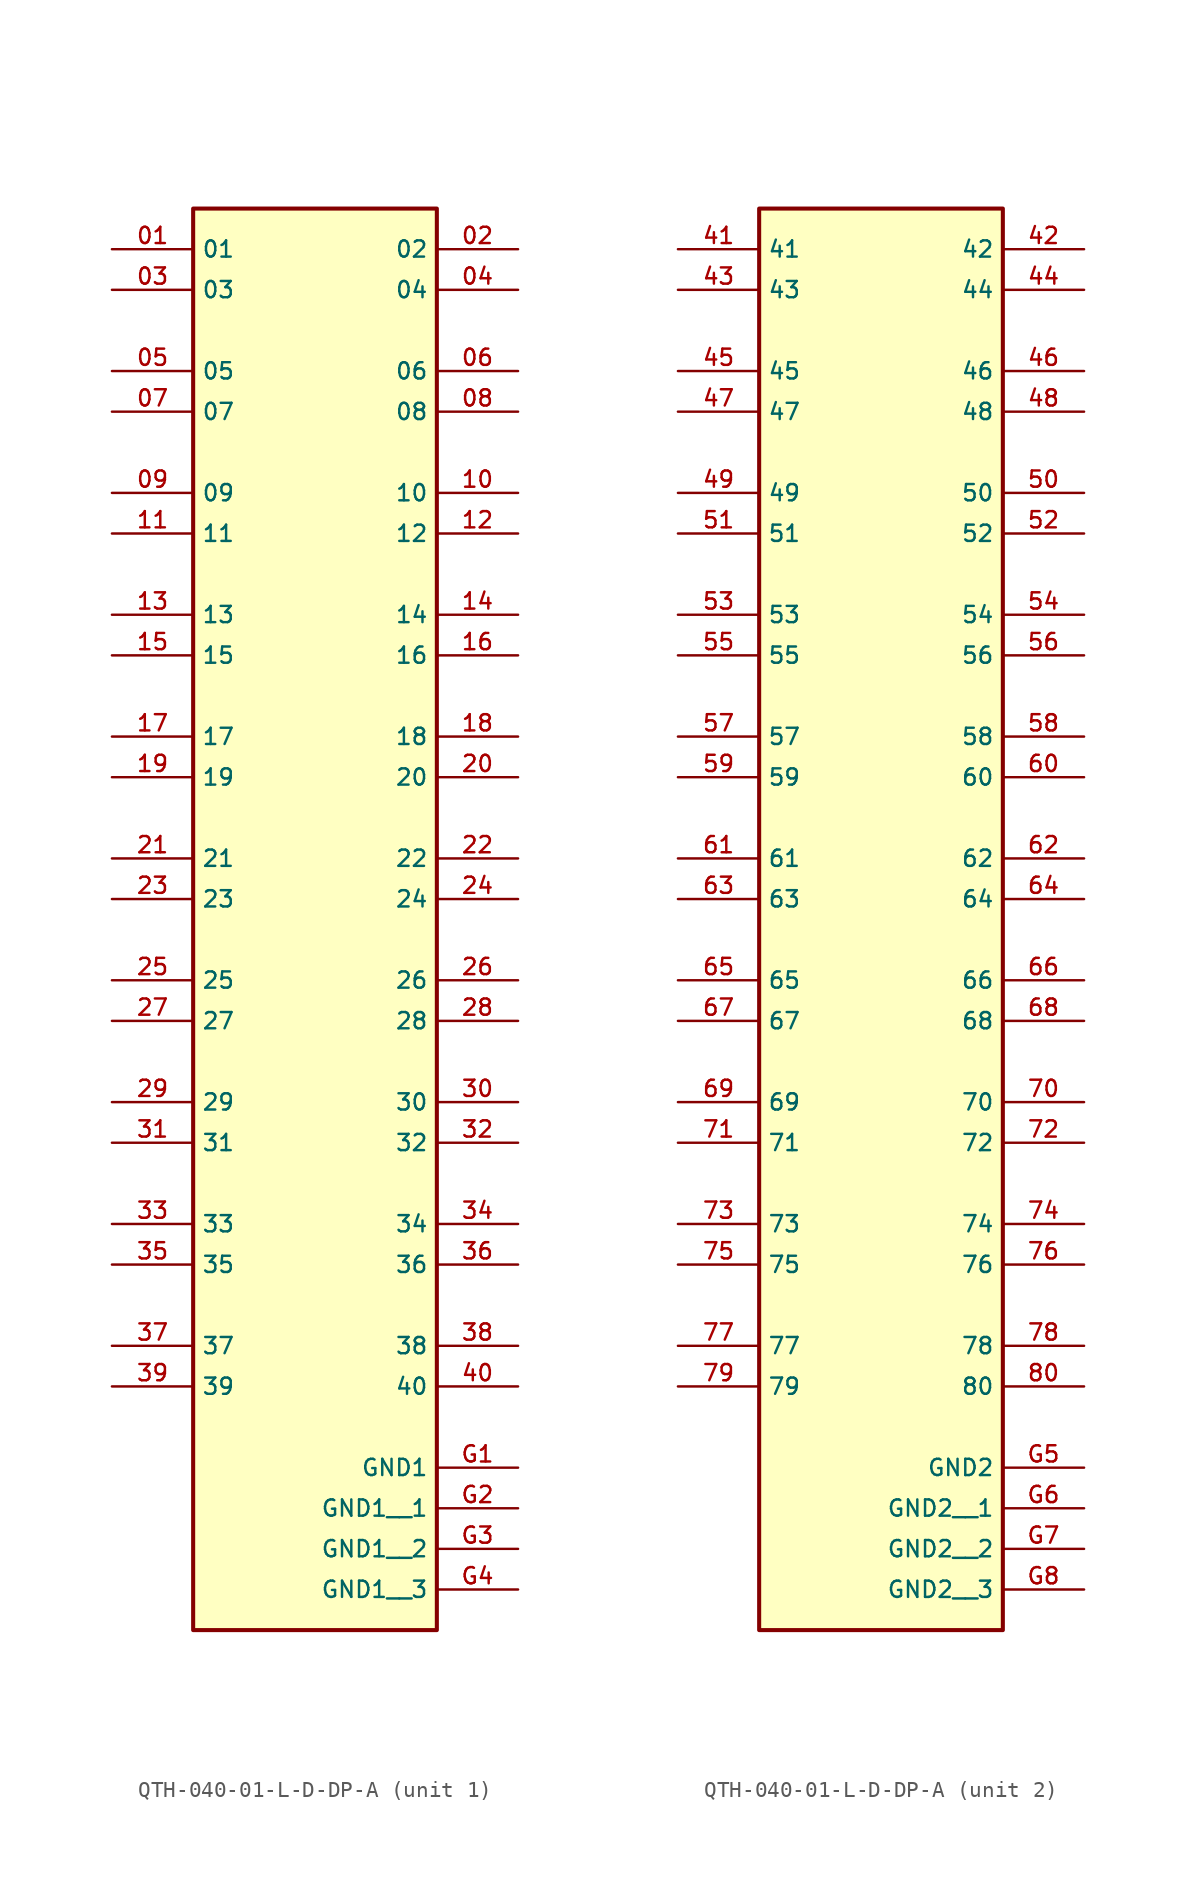
<source format=kicad_sym>
(kicad_symbol_lib
  (version 20241209)
  (generator "kicad_symbol_editor")
  (generator_version "9.0")
  (symbol "QTH-040-01-L-D-DP-A"
    (property "Reference" "J"
      (at -0.254 35.306 0)
      (effects (font (size 1.27 1.27)) (hide yes)))
    (property "Value" ""
      (at 0 0 0)
      (effects (font (size 1.27 1.27))))
    (property "ki_locked" ""
      (at 0 0 0)
      (effects (font (size 1.27 1.27))))
    (symbol "QTH-040-01-L-D-DP-A_1_0"
      (rectangle (start -7.62 -53.34) (end 7.62 35.56) (stroke (width 0.254) (type default)) (fill (type background)))
      (pin passive line (at -12.7 33.02 0) (length 5.08) (name "01" (effects (font (size 1.016 1.016)))) (number "01" (effects (font (size 1.016 1.016)))))
      (pin passive line (at -12.7 30.48 0) (length 5.08) (name "03" (effects (font (size 1.016 1.016)))) (number "03" (effects (font (size 1.016 1.016)))))
      (pin passive line (at -12.7 25.4 0) (length 5.08) (name "05" (effects (font (size 1.016 1.016)))) (number "05" (effects (font (size 1.016 1.016)))))
      (pin passive line (at -12.7 22.86 0) (length 5.08) (name "07" (effects (font (size 1.016 1.016)))) (number "07" (effects (font (size 1.016 1.016)))))
      (pin passive line (at -12.7 17.78 0) (length 5.08) (name "09" (effects (font (size 1.016 1.016)))) (number "09" (effects (font (size 1.016 1.016)))))
      (pin passive line (at -12.7 15.24 0) (length 5.08) (name "11" (effects (font (size 1.016 1.016)))) (number "11" (effects (font (size 1.016 1.016)))))
      (pin passive line (at -12.7 10.16 0) (length 5.08) (name "13" (effects (font (size 1.016 1.016)))) (number "13" (effects (font (size 1.016 1.016)))))
      (pin passive line (at -12.7 7.62 0) (length 5.08) (name "15" (effects (font (size 1.016 1.016)))) (number "15" (effects (font (size 1.016 1.016)))))
      (pin passive line (at -12.7 2.54 0) (length 5.08) (name "17" (effects (font (size 1.016 1.016)))) (number "17" (effects (font (size 1.016 1.016)))))
      (pin passive line (at -12.7 0 0) (length 5.08) (name "19" (effects (font (size 1.016 1.016)))) (number "19" (effects (font (size 1.016 1.016)))))
      (pin passive line (at -12.7 -5.08 0) (length 5.08) (name "21" (effects (font (size 1.016 1.016)))) (number "21" (effects (font (size 1.016 1.016)))))
      (pin passive line (at -12.7 -7.62 0) (length 5.08) (name "23" (effects (font (size 1.016 1.016)))) (number "23" (effects (font (size 1.016 1.016)))))
      (pin passive line (at -12.7 -12.7 0) (length 5.08) (name "25" (effects (font (size 1.016 1.016)))) (number "25" (effects (font (size 1.016 1.016)))))
      (pin passive line (at -12.7 -15.24 0) (length 5.08) (name "27" (effects (font (size 1.016 1.016)))) (number "27" (effects (font (size 1.016 1.016)))))
      (pin passive line (at -12.7 -20.32 0) (length 5.08) (name "29" (effects (font (size 1.016 1.016)))) (number "29" (effects (font (size 1.016 1.016)))))
      (pin passive line (at -12.7 -22.86 0) (length 5.08) (name "31" (effects (font (size 1.016 1.016)))) (number "31" (effects (font (size 1.016 1.016)))))
      (pin passive line (at -12.7 -27.94 0) (length 5.08) (name "33" (effects (font (size 1.016 1.016)))) (number "33" (effects (font (size 1.016 1.016)))))
      (pin passive line (at -12.7 -30.48 0) (length 5.08) (name "35" (effects (font (size 1.016 1.016)))) (number "35" (effects (font (size 1.016 1.016)))))
      (pin passive line (at -12.7 -35.56 0) (length 5.08) (name "37" (effects (font (size 1.016 1.016)))) (number "37" (effects (font (size 1.016 1.016)))))
      (pin passive line (at -12.7 -38.1 0) (length 5.08) (name "39" (effects (font (size 1.016 1.016)))) (number "39" (effects (font (size 1.016 1.016)))))
      (pin passive line (at 12.7 33.02 180) (length 5.08) (name "02" (effects (font (size 1.016 1.016)))) (number "02" (effects (font (size 1.016 1.016)))))
      (pin passive line (at 12.7 30.48 180) (length 5.08) (name "04" (effects (font (size 1.016 1.016)))) (number "04" (effects (font (size 1.016 1.016)))))
      (pin passive line (at 12.7 25.4 180) (length 5.08) (name "06" (effects (font (size 1.016 1.016)))) (number "06" (effects (font (size 1.016 1.016)))))
      (pin passive line (at 12.7 22.86 180) (length 5.08) (name "08" (effects (font (size 1.016 1.016)))) (number "08" (effects (font (size 1.016 1.016)))))
      (pin passive line (at 12.7 17.78 180) (length 5.08) (name "10" (effects (font (size 1.016 1.016)))) (number "10" (effects (font (size 1.016 1.016)))))
      (pin passive line (at 12.7 15.24 180) (length 5.08) (name "12" (effects (font (size 1.016 1.016)))) (number "12" (effects (font (size 1.016 1.016)))))
      (pin passive line (at 12.7 10.16 180) (length 5.08) (name "14" (effects (font (size 1.016 1.016)))) (number "14" (effects (font (size 1.016 1.016)))))
      (pin passive line (at 12.7 7.62 180) (length 5.08) (name "16" (effects (font (size 1.016 1.016)))) (number "16" (effects (font (size 1.016 1.016)))))
      (pin passive line (at 12.7 2.54 180) (length 5.08) (name "18" (effects (font (size 1.016 1.016)))) (number "18" (effects (font (size 1.016 1.016)))))
      (pin passive line (at 12.7 0 180) (length 5.08) (name "20" (effects (font (size 1.016 1.016)))) (number "20" (effects (font (size 1.016 1.016)))))
      (pin passive line (at 12.7 -5.08 180) (length 5.08) (name "22" (effects (font (size 1.016 1.016)))) (number "22" (effects (font (size 1.016 1.016)))))
      (pin passive line (at 12.7 -7.62 180) (length 5.08) (name "24" (effects (font (size 1.016 1.016)))) (number "24" (effects (font (size 1.016 1.016)))))
      (pin passive line (at 12.7 -12.7 180) (length 5.08) (name "26" (effects (font (size 1.016 1.016)))) (number "26" (effects (font (size 1.016 1.016)))))
      (pin passive line (at 12.7 -15.24 180) (length 5.08) (name "28" (effects (font (size 1.016 1.016)))) (number "28" (effects (font (size 1.016 1.016)))))
      (pin passive line (at 12.7 -20.32 180) (length 5.08) (name "30" (effects (font (size 1.016 1.016)))) (number "30" (effects (font (size 1.016 1.016)))))
      (pin passive line (at 12.7 -22.86 180) (length 5.08) (name "32" (effects (font (size 1.016 1.016)))) (number "32" (effects (font (size 1.016 1.016)))))
      (pin passive line (at 12.7 -27.94 180) (length 5.08) (name "34" (effects (font (size 1.016 1.016)))) (number "34" (effects (font (size 1.016 1.016)))))
      (pin passive line (at 12.7 -30.48 180) (length 5.08) (name "36" (effects (font (size 1.016 1.016)))) (number "36" (effects (font (size 1.016 1.016)))))
      (pin passive line (at 12.7 -35.56 180) (length 5.08) (name "38" (effects (font (size 1.016 1.016)))) (number "38" (effects (font (size 1.016 1.016)))))
      (pin passive line (at 12.7 -38.1 180) (length 5.08) (name "40" (effects (font (size 1.016 1.016)))) (number "40" (effects (font (size 1.016 1.016)))))
      (pin power_in line (at 12.7 -43.18 180) (length 5.08) (name "GND1" (effects (font (size 1.016 1.016)))) (number "G1" (effects (font (size 1.016 1.016)))))
      (pin power_in line (at 12.7 -45.72 180) (length 5.08) (name "GND1__1" (effects (font (size 1.016 1.016)))) (number "G2" (effects (font (size 1.016 1.016)))))
      (pin power_in line (at 12.7 -48.26 180) (length 5.08) (name "GND1__2" (effects (font (size 1.016 1.016)))) (number "G3" (effects (font (size 1.016 1.016)))))
      (pin power_in line (at 12.7 -50.8 180) (length 5.08) (name "GND1__3" (effects (font (size 1.016 1.016)))) (number "G4" (effects (font (size 1.016 1.016))))))
    (symbol "QTH-040-01-L-D-DP-A_2_0"
      (rectangle (start -7.62 -53.34) (end 7.62 35.56) (stroke (width 0.254) (type default)) (fill (type background)))
      (pin passive line (at -12.7 33.02 0) (length 5.08) (name "41" (effects (font (size 1.016 1.016)))) (number "41" (effects (font (size 1.016 1.016)))))
      (pin passive line (at -12.7 30.48 0) (length 5.08) (name "43" (effects (font (size 1.016 1.016)))) (number "43" (effects (font (size 1.016 1.016)))))
      (pin passive line (at -12.7 25.4 0) (length 5.08) (name "45" (effects (font (size 1.016 1.016)))) (number "45" (effects (font (size 1.016 1.016)))))
      (pin passive line (at -12.7 22.86 0) (length 5.08) (name "47" (effects (font (size 1.016 1.016)))) (number "47" (effects (font (size 1.016 1.016)))))
      (pin passive line (at -12.7 17.78 0) (length 5.08) (name "49" (effects (font (size 1.016 1.016)))) (number "49" (effects (font (size 1.016 1.016)))))
      (pin passive line (at -12.7 15.24 0) (length 5.08) (name "51" (effects (font (size 1.016 1.016)))) (number "51" (effects (font (size 1.016 1.016)))))
      (pin passive line (at -12.7 10.16 0) (length 5.08) (name "53" (effects (font (size 1.016 1.016)))) (number "53" (effects (font (size 1.016 1.016)))))
      (pin passive line (at -12.7 7.62 0) (length 5.08) (name "55" (effects (font (size 1.016 1.016)))) (number "55" (effects (font (size 1.016 1.016)))))
      (pin passive line (at -12.7 2.54 0) (length 5.08) (name "57" (effects (font (size 1.016 1.016)))) (number "57" (effects (font (size 1.016 1.016)))))
      (pin passive line (at -12.7 0 0) (length 5.08) (name "59" (effects (font (size 1.016 1.016)))) (number "59" (effects (font (size 1.016 1.016)))))
      (pin passive line (at -12.7 -5.08 0) (length 5.08) (name "61" (effects (font (size 1.016 1.016)))) (number "61" (effects (font (size 1.016 1.016)))))
      (pin passive line (at -12.7 -7.62 0) (length 5.08) (name "63" (effects (font (size 1.016 1.016)))) (number "63" (effects (font (size 1.016 1.016)))))
      (pin passive line (at -12.7 -12.7 0) (length 5.08) (name "65" (effects (font (size 1.016 1.016)))) (number "65" (effects (font (size 1.016 1.016)))))
      (pin passive line (at -12.7 -15.24 0) (length 5.08) (name "67" (effects (font (size 1.016 1.016)))) (number "67" (effects (font (size 1.016 1.016)))))
      (pin passive line (at -12.7 -20.32 0) (length 5.08) (name "69" (effects (font (size 1.016 1.016)))) (number "69" (effects (font (size 1.016 1.016)))))
      (pin passive line (at -12.7 -22.86 0) (length 5.08) (name "71" (effects (font (size 1.016 1.016)))) (number "71" (effects (font (size 1.016 1.016)))))
      (pin passive line (at -12.7 -27.94 0) (length 5.08) (name "73" (effects (font (size 1.016 1.016)))) (number "73" (effects (font (size 1.016 1.016)))))
      (pin passive line (at -12.7 -30.48 0) (length 5.08) (name "75" (effects (font (size 1.016 1.016)))) (number "75" (effects (font (size 1.016 1.016)))))
      (pin passive line (at -12.7 -35.56 0) (length 5.08) (name "77" (effects (font (size 1.016 1.016)))) (number "77" (effects (font (size 1.016 1.016)))))
      (pin passive line (at -12.7 -38.1 0) (length 5.08) (name "79" (effects (font (size 1.016 1.016)))) (number "79" (effects (font (size 1.016 1.016)))))
      (pin passive line (at 12.7 33.02 180) (length 5.08) (name "42" (effects (font (size 1.016 1.016)))) (number "42" (effects (font (size 1.016 1.016)))))
      (pin passive line (at 12.7 30.48 180) (length 5.08) (name "44" (effects (font (size 1.016 1.016)))) (number "44" (effects (font (size 1.016 1.016)))))
      (pin passive line (at 12.7 25.4 180) (length 5.08) (name "46" (effects (font (size 1.016 1.016)))) (number "46" (effects (font (size 1.016 1.016)))))
      (pin passive line (at 12.7 22.86 180) (length 5.08) (name "48" (effects (font (size 1.016 1.016)))) (number "48" (effects (font (size 1.016 1.016)))))
      (pin passive line (at 12.7 17.78 180) (length 5.08) (name "50" (effects (font (size 1.016 1.016)))) (number "50" (effects (font (size 1.016 1.016)))))
      (pin passive line (at 12.7 15.24 180) (length 5.08) (name "52" (effects (font (size 1.016 1.016)))) (number "52" (effects (font (size 1.016 1.016)))))
      (pin passive line (at 12.7 10.16 180) (length 5.08) (name "54" (effects (font (size 1.016 1.016)))) (number "54" (effects (font (size 1.016 1.016)))))
      (pin passive line (at 12.7 7.62 180) (length 5.08) (name "56" (effects (font (size 1.016 1.016)))) (number "56" (effects (font (size 1.016 1.016)))))
      (pin passive line (at 12.7 2.54 180) (length 5.08) (name "58" (effects (font (size 1.016 1.016)))) (number "58" (effects (font (size 1.016 1.016)))))
      (pin passive line (at 12.7 0 180) (length 5.08) (name "60" (effects (font (size 1.016 1.016)))) (number "60" (effects (font (size 1.016 1.016)))))
      (pin passive line (at 12.7 -5.08 180) (length 5.08) (name "62" (effects (font (size 1.016 1.016)))) (number "62" (effects (font (size 1.016 1.016)))))
      (pin passive line (at 12.7 -7.62 180) (length 5.08) (name "64" (effects (font (size 1.016 1.016)))) (number "64" (effects (font (size 1.016 1.016)))))
      (pin passive line (at 12.7 -12.7 180) (length 5.08) (name "66" (effects (font (size 1.016 1.016)))) (number "66" (effects (font (size 1.016 1.016)))))
      (pin passive line (at 12.7 -15.24 180) (length 5.08) (name "68" (effects (font (size 1.016 1.016)))) (number "68" (effects (font (size 1.016 1.016)))))
      (pin passive line (at 12.7 -20.32 180) (length 5.08) (name "70" (effects (font (size 1.016 1.016)))) (number "70" (effects (font (size 1.016 1.016)))))
      (pin passive line (at 12.7 -22.86 180) (length 5.08) (name "72" (effects (font (size 1.016 1.016)))) (number "72" (effects (font (size 1.016 1.016)))))
      (pin passive line (at 12.7 -27.94 180) (length 5.08) (name "74" (effects (font (size 1.016 1.016)))) (number "74" (effects (font (size 1.016 1.016)))))
      (pin passive line (at 12.7 -30.48 180) (length 5.08) (name "76" (effects (font (size 1.016 1.016)))) (number "76" (effects (font (size 1.016 1.016)))))
      (pin passive line (at 12.7 -35.56 180) (length 5.08) (name "78" (effects (font (size 1.016 1.016)))) (number "78" (effects (font (size 1.016 1.016)))))
      (pin passive line (at 12.7 -38.1 180) (length 5.08) (name "80" (effects (font (size 1.016 1.016)))) (number "80" (effects (font (size 1.016 1.016)))))
      (pin power_in line (at 12.7 -43.18 180) (length 5.08) (name "GND2" (effects (font (size 1.016 1.016)))) (number "G5" (effects (font (size 1.016 1.016)))))
      (pin power_in line (at 12.7 -45.72 180) (length 5.08) (name "GND2__1" (effects (font (size 1.016 1.016)))) (number "G6" (effects (font (size 1.016 1.016)))))
      (pin power_in line (at 12.7 -48.26 180) (length 5.08) (name "GND2__2" (effects (font (size 1.016 1.016)))) (number "G7" (effects (font (size 1.016 1.016)))))
      (pin power_in line (at 12.7 -50.8 180) (length 5.08) (name "GND2__3" (effects (font (size 1.016 1.016)))) (number "G8" (effects (font (size 1.016 1.016))))))))
</source>
